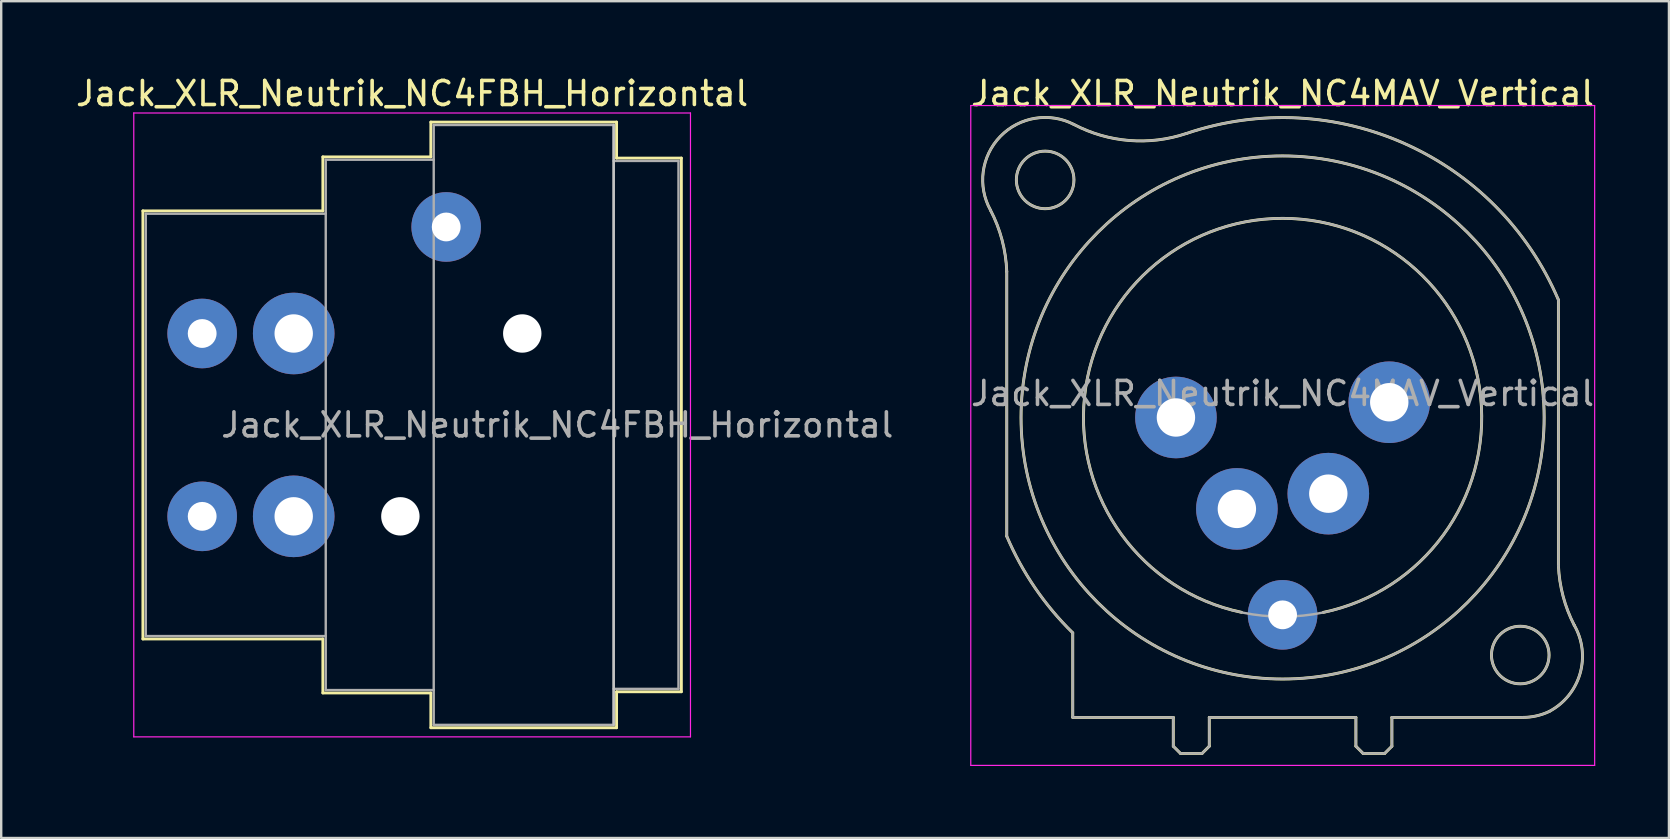
<source format=kicad_pcb>
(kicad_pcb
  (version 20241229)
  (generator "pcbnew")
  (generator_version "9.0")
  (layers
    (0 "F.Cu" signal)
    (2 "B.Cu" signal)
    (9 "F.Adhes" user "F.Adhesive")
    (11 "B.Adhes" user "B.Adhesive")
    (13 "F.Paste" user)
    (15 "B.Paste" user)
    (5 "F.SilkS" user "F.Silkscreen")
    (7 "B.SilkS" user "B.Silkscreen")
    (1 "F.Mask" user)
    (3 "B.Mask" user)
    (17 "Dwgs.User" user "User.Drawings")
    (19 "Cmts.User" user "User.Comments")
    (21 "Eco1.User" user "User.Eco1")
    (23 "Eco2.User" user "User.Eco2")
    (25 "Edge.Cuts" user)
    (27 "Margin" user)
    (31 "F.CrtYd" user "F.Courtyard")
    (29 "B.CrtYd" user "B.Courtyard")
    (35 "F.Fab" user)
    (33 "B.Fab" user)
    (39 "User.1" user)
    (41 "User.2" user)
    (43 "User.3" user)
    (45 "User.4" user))
  (footprint "Jack_XLR_Neutrik_NC4MAV_Vertical"
    (layer "F.Cu")
    (at 45.956 14.348)
    (property "Reference" "Jack_XLR_Neutrik_NC4MAV_Vertical" (at 4.445 -13.5 0) (layer "F.SilkS") (effects (font (size 1 1) (thickness 0.15))))
    (attr through_hole)
    (fp_line (start -7.05 -6.08) (end -7.05 4.95) (stroke (width 0.12) (type solid)) (layer "F.SilkS"))
    (fp_line (start -4.3 12.5) (end -4.3 8.98) (stroke (width 0.12) (type solid)) (layer "F.SilkS"))
    (fp_line (start -0.11 12.5) (end -4.3 12.5) (stroke (width 0.12) (type solid)) (layer "F.SilkS"))
    (fp_line (start -0.11 12.5) (end -0.11 13.7) (stroke (width 0.12) (type solid)) (layer "F.SilkS"))
    (fp_line (start -0.11 13.7) (end 0.19 14) (stroke (width 0.12) (type solid)) (layer "F.SilkS"))
    (fp_line (start 1.09 14) (end 0.19 14) (stroke (width 0.12) (type solid)) (layer "F.SilkS"))
    (fp_line (start 1.39 12.5) (end 1.39 13.7) (stroke (width 0.12) (type solid)) (layer "F.SilkS"))
    (fp_line (start 1.39 13.7) (end 1.09 14) (stroke (width 0.12) (type solid)) (layer "F.SilkS"))
    (fp_line (start 7.5 12.5) (end 1.39 12.5) (stroke (width 0.12) (type solid)) (layer "F.SilkS"))
    (fp_line (start 7.5 12.5) (end 7.5 13.7) (stroke (width 0.12) (type solid)) (layer "F.SilkS"))
    (fp_line (start 7.5 13.7) (end 7.8 14) (stroke (width 0.12) (type solid)) (layer "F.SilkS"))
    (fp_line (start 7.8 14) (end 8.7 14) (stroke (width 0.12) (type solid)) (layer "F.SilkS"))
    (fp_line (start 9 12.5) (end 9 13.7) (stroke (width 0.12) (type solid)) (layer "F.SilkS"))
    (fp_line (start 9 13.7) (end 8.7 14) (stroke (width 0.12) (type solid)) (layer "F.SilkS"))
    (fp_line (start 14.45 12.5) (end 9 12.5) (stroke (width 0.12) (type solid)) (layer "F.SilkS"))
    (fp_line (start 15.94 6.18) (end 15.94 -4.9) (stroke (width 0.12) (type solid)) (layer "F.SilkS"))
    (fp_arc (start -7.729201 -8.641635) (mid -7.2465 -7.39876) (end -7.05 -6.08) (stroke (width 0.12) (type solid)) (layer "F.SilkS"))
    (fp_arc (start -7.725637 -8.636048) (mid -7.316154 -11.714819) (end -4.25 -12.21) (stroke (width 0.12) (type solid)) (layer "F.SilkS"))
    (fp_arc (start -4.299846 8.975956) (mid -5.873184 7.098411) (end -7.05 4.95) (stroke (width 0.12) (type solid)) (layer "F.SilkS"))
    (fp_arc (start 0.433843 -11.835383) (mid -1.946442 -11.543029) (end -4.25 -12.21) (stroke (width 0.12) (type solid)) (layer "F.SilkS"))
    (fp_arc (start 0.441327 -11.837045) (mid 9.549963 -11.405454) (end 15.94 -4.9) (stroke (width 0.12) (type solid)) (layer "F.SilkS"))
    (fp_arc (start 2.735 8.12) (mid 4.451114 -8.2981) (end 6.143033 8.122511) (stroke (width 0.12) (type solid)) (layer "F.SilkS"))
    (fp_arc (start 15.558668 12.251777) (mid 15.018058 12.437185) (end 14.45 12.5) (stroke (width 0.12) (type solid)) (layer "F.SilkS"))
    (fp_arc (start 16.596979 8.653179) (mid 16.135244 7.451985) (end 15.94 6.18) (stroke (width 0.12) (type solid)) (layer "F.SilkS"))
    (fp_arc (start 16.598286 8.654414) (mid 16.841335 10.672303) (end 15.56 12.25) (stroke (width 0.12) (type solid)) (layer "F.SilkS"))
    (fp_circle (center -5.45 -9.9) (end -4.25 -9.9) (stroke (width 0.12) (type solid)) (fill no) (layer "F.SilkS"))
    (fp_circle (center 4.445 0) (end 15.345 0) (stroke (width 0.12) (type solid)) (fill no) (layer "F.SilkS"))
    (fp_circle (center 14.35 9.9) (end 15.55 9.9) (stroke (width 0.12) (type solid)) (fill no) (layer "F.SilkS"))
    (fp_line (start -8.55 -13) (end 17.45 -13) (stroke (width 0.05) (type solid)) (layer "F.CrtYd"))
    (fp_line (start -8.55 14.5) (end -8.55 -13) (stroke (width 0.05) (type solid)) (layer "F.CrtYd"))
    (fp_line (start 17.45 -13) (end 17.45 14.5) (stroke (width 0.05) (type solid)) (layer "F.CrtYd"))
    (fp_line (start 17.45 14.5) (end -8.55 14.5) (stroke (width 0.05) (type solid)) (layer "F.CrtYd"))
    (fp_line (start -7.05 -6.08) (end -7.05 4.95) (stroke (width 0.1) (type solid)) (layer "F.Fab"))
    (fp_line (start -4.3 12.5) (end -4.3 8.98) (stroke (width 0.1) (type solid)) (layer "F.Fab"))
    (fp_line (start -0.11 12.5) (end -4.3 12.5) (stroke (width 0.1) (type solid)) (layer "F.Fab"))
    (fp_line (start -0.11 12.5) (end -0.11 13.7) (stroke (width 0.1) (type solid)) (layer "F.Fab"))
    (fp_line (start -0.11 13.7) (end 0.19 14) (stroke (width 0.1) (type solid)) (layer "F.Fab"))
    (fp_line (start 1.09 14) (end 0.19 14) (stroke (width 0.1) (type solid)) (layer "F.Fab"))
    (fp_line (start 1.39 12.5) (end 1.39 13.7) (stroke (width 0.1) (type solid)) (layer "F.Fab"))
    (fp_line (start 1.39 13.7) (end 1.09 14) (stroke (width 0.1) (type solid)) (layer "F.Fab"))
    (fp_line (start 7.5 12.5) (end 1.39 12.5) (stroke (width 0.1) (type solid)) (layer "F.Fab"))
    (fp_line (start 7.5 12.5) (end 7.5 13.7) (stroke (width 0.1) (type solid)) (layer "F.Fab"))
    (fp_line (start 7.5 13.7) (end 7.8 14) (stroke (width 0.1) (type solid)) (layer "F.Fab"))
    (fp_line (start 7.8 14) (end 8.7 14) (stroke (width 0.1) (type solid)) (layer "F.Fab"))
    (fp_line (start 9 12.5) (end 9 13.7) (stroke (width 0.1) (type solid)) (layer "F.Fab"))
    (fp_line (start 9 13.7) (end 8.7 14) (stroke (width 0.1) (type solid)) (layer "F.Fab"))
    (fp_line (start 14.45 12.5) (end 9 12.5) (stroke (width 0.1) (type solid)) (layer "F.Fab"))
    (fp_line (start 15.94 6.18) (end 15.94 -4.9) (stroke (width 0.1) (type solid)) (layer "F.Fab"))
    (fp_arc (start -7.729201 -8.641635) (mid -7.2465 -7.39876) (end -7.05 -6.08) (stroke (width 0.1) (type solid)) (layer "F.Fab"))
    (fp_arc (start -7.725637 -8.636048) (mid -7.316154 -11.714819) (end -4.25 -12.21) (stroke (width 0.1) (type solid)) (layer "F.Fab"))
    (fp_arc (start -4.299846 8.975956) (mid -5.873184 7.098411) (end -7.05 4.95) (stroke (width 0.1) (type solid)) (layer "F.Fab"))
    (fp_arc (start 0.433843 -11.835383) (mid -1.946442 -11.543029) (end -4.25 -12.21) (stroke (width 0.1) (type solid)) (layer "F.Fab"))
    (fp_arc (start 0.441327 -11.837045) (mid 9.549963 -11.405454) (end 15.94 -4.9) (stroke (width 0.1) (type solid)) (layer "F.Fab"))
    (fp_arc (start 15.558668 12.251777) (mid 15.018058 12.437185) (end 14.45 12.5) (stroke (width 0.1) (type solid)) (layer "F.Fab"))
    (fp_arc (start 16.596979 8.653179) (mid 16.135244 7.451985) (end 15.94 6.18) (stroke (width 0.1) (type solid)) (layer "F.Fab"))
    (fp_arc (start 16.598286 8.654414) (mid 16.841335 10.672303) (end 15.56 12.25) (stroke (width 0.1) (type solid)) (layer "F.Fab"))
    (fp_circle (center -5.45 -9.9) (end -4.25 -9.9) (stroke (width 0.1) (type solid)) (fill no) (layer "F.Fab"))
    (fp_circle (center 4.445 0) (end 12.745 0) (stroke (width 0.1) (type solid)) (fill no) (layer "F.Fab"))
    (fp_circle (center 4.445 0) (end 15.345 0) (stroke (width 0.1) (type solid)) (fill no) (layer "F.Fab"))
    (fp_circle (center 14.35 9.9) (end 15.55 9.9) (stroke (width 0.1) (type solid)) (fill no) (layer "F.Fab"))
    (fp_text user "${REFERENCE}" (at 4.445 -1 0) (layer "F.Fab") (effects (font (size 1 1) (thickness 0.15))))
    (pad "1" thru_hole circle (at 0 0) (size 3.4 3.4) (drill 1.6) (layers "*.Cu" "*.Mask"))
    (pad "2" thru_hole circle (at 2.54 3.81) (size 3.4 3.4) (drill 1.6) (layers "*.Cu" "*.Mask"))
    (pad "3" thru_hole circle (at 6.35 3.175) (size 3.4 3.4) (drill 1.6) (layers "*.Cu" "*.Mask"))
    (pad "4" thru_hole circle (at 8.89 -0.635) (size 3.4 3.4) (drill 1.6) (layers "*.Cu" "*.Mask"))
    (pad "G" thru_hole circle (at 4.445 8.225) (size 2.9 2.9) (drill 1.2) (layers "*.Cu" "*.Mask")))
  (footprint "Jack_XLR_Neutrik_NC4FBH_Horizontal"
    (layer "F.Cu")
    (at 5.375 10.848)
    (property "Reference" "Jack_XLR_Neutrik_NC4FBH_Horizontal" (at 8.75 -10 0) (layer "F.SilkS") (effects (font (size 1 1) (thickness 0.15))))
    (attr through_hole)
    (fp_line (start -2.47 -5.11) (end -2.47 12.73) (stroke (width 0.12) (type solid)) (layer "F.SilkS"))
    (fp_line (start 5.03 -5.11) (end -2.47 -5.11) (stroke (width 0.12) (type solid)) (layer "F.SilkS"))
    (fp_line (start 5.03 -5.11) (end 5.03 -7.36) (stroke (width 0.12) (type solid)) (layer "F.SilkS"))
    (fp_line (start 5.03 12.73) (end -2.47 12.73) (stroke (width 0.12) (type solid)) (layer "F.SilkS"))
    (fp_line (start 5.03 12.73) (end 5.03 14.98) (stroke (width 0.12) (type solid)) (layer "F.SilkS"))
    (fp_line (start 9.53 -7.36) (end 5.03 -7.36) (stroke (width 0.12) (type solid)) (layer "F.SilkS"))
    (fp_line (start 9.53 -7.36) (end 9.53 -8.81) (stroke (width 0.12) (type solid)) (layer "F.SilkS"))
    (fp_line (start 9.53 14.98) (end 5.03 14.98) (stroke (width 0.12) (type solid)) (layer "F.SilkS"))
    (fp_line (start 9.53 16.43) (end 9.53 14.98) (stroke (width 0.12) (type solid)) (layer "F.SilkS"))
    (fp_line (start 17.27 -8.81) (end 9.53 -8.81) (stroke (width 0.12) (type solid)) (layer "F.SilkS"))
    (fp_line (start 17.27 -8.81) (end 17.27 -7.31) (stroke (width 0.12) (type solid)) (layer "F.SilkS"))
    (fp_line (start 17.27 -7.31) (end 19.97 -7.31) (stroke (width 0.12) (type solid)) (layer "F.SilkS"))
    (fp_line (start 17.27 14.93) (end 17.27 16.43) (stroke (width 0.12) (type solid)) (layer "F.SilkS"))
    (fp_line (start 17.27 14.93) (end 19.97 14.93) (stroke (width 0.12) (type solid)) (layer "F.SilkS"))
    (fp_line (start 17.27 16.43) (end 9.53 16.43) (stroke (width 0.12) (type solid)) (layer "F.SilkS"))
    (fp_line (start 19.97 -7.31) (end 19.97 14.93) (stroke (width 0.12) (type solid)) (layer "F.SilkS"))
    (fp_line (start 17.15 -8.69) (end 17.15 16.31) (stroke (width 0.1) (type solid)) (layer "Dwgs.User"))
    (fp_line (start -2.85 -9.19) (end -2.85 16.81) (stroke (width 0.05) (type solid)) (layer "F.CrtYd"))
    (fp_line (start 20.35 -9.19) (end -2.85 -9.19) (stroke (width 0.05) (type solid)) (layer "F.CrtYd"))
    (fp_line (start 20.35 -9.19) (end 20.35 16.81) (stroke (width 0.05) (type solid)) (layer "F.CrtYd"))
    (fp_line (start 20.35 16.81) (end -2.85 16.81) (stroke (width 0.05) (type solid)) (layer "F.CrtYd"))
    (fp_line (start -2.35 -4.99) (end -2.35 12.61) (stroke (width 0.1) (type solid)) (layer "F.Fab"))
    (fp_line (start 5.15 -4.99) (end -2.35 -4.99) (stroke (width 0.1) (type solid)) (layer "F.Fab"))
    (fp_line (start 5.15 12.61) (end -2.35 12.61) (stroke (width 0.1) (type solid)) (layer "F.Fab"))
    (fp_line (start 5.15 14.86) (end 5.15 -7.24) (stroke (width 0.1) (type solid)) (layer "F.Fab"))
    (fp_line (start 5.15 14.86) (end 9.65 14.86) (stroke (width 0.1) (type solid)) (layer "F.Fab"))
    (fp_line (start 9.65 -8.69) (end 17.15 -8.69) (stroke (width 0.1) (type solid)) (layer "F.Fab"))
    (fp_line (start 9.65 -7.24) (end 5.15 -7.24) (stroke (width 0.1) (type solid)) (layer "F.Fab"))
    (fp_line (start 9.65 16.31) (end 9.65 -8.69) (stroke (width 0.1) (type solid)) (layer "F.Fab"))
    (fp_line (start 17.15 -8.69) (end 17.15 16.31) (stroke (width 0.1) (type solid)) (layer "F.Fab"))
    (fp_line (start 17.15 -7.19) (end 19.85 -7.19) (stroke (width 0.1) (type solid)) (layer "F.Fab"))
    (fp_line (start 17.15 16.31) (end 9.65 16.31) (stroke (width 0.1) (type solid)) (layer "F.Fab"))
    (fp_line (start 19.85 -7.19) (end 19.85 14.81) (stroke (width 0.1) (type solid)) (layer "F.Fab"))
    (fp_line (start 19.85 14.81) (end 17.15 14.81) (stroke (width 0.1) (type solid)) (layer "F.Fab"))
    (fp_text user "${REFERENCE}" (at 14.8 3.81 0) (layer "F.Fab") (effects (font (size 1 1) (thickness 0.15))))
    (pad "" np_thru_hole circle (at 8.26 7.62) (size 1.6 1.6) (drill 1.6) (layers "*.Cu" "*.Mask"))
    (pad "" np_thru_hole circle (at 13.34 0) (size 1.6 1.6) (drill 1.6) (layers "*.Cu" "*.Mask"))
    (pad "1" thru_hole circle (at 0 0) (size 2.9 2.9) (drill 1.2) (layers "*.Cu" "*.Mask"))
    (pad "2" thru_hole circle (at 3.815 0) (size 3.4 3.4) (drill 1.6) (layers "*.Cu" "*.Mask"))
    (pad "3" thru_hole circle (at 3.815 7.62) (size 3.4 3.4) (drill 1.6) (layers "*.Cu" "*.Mask"))
    (pad "4" thru_hole circle (at 0 7.62) (size 2.9 2.9) (drill 1.2) (layers "*.Cu" "*.Mask"))
    (pad "G" thru_hole circle (at 10.17 -4.44) (size 2.9 2.9) (drill 1.2) (layers "*.Cu" "*.Mask")))
  (gr_rect
    (start -3 -3)
    (end 66.502 31.873)
    (stroke (width 0.1) (type default))
    (fill no)
    (layer "Edge.Cuts")))
</source>
